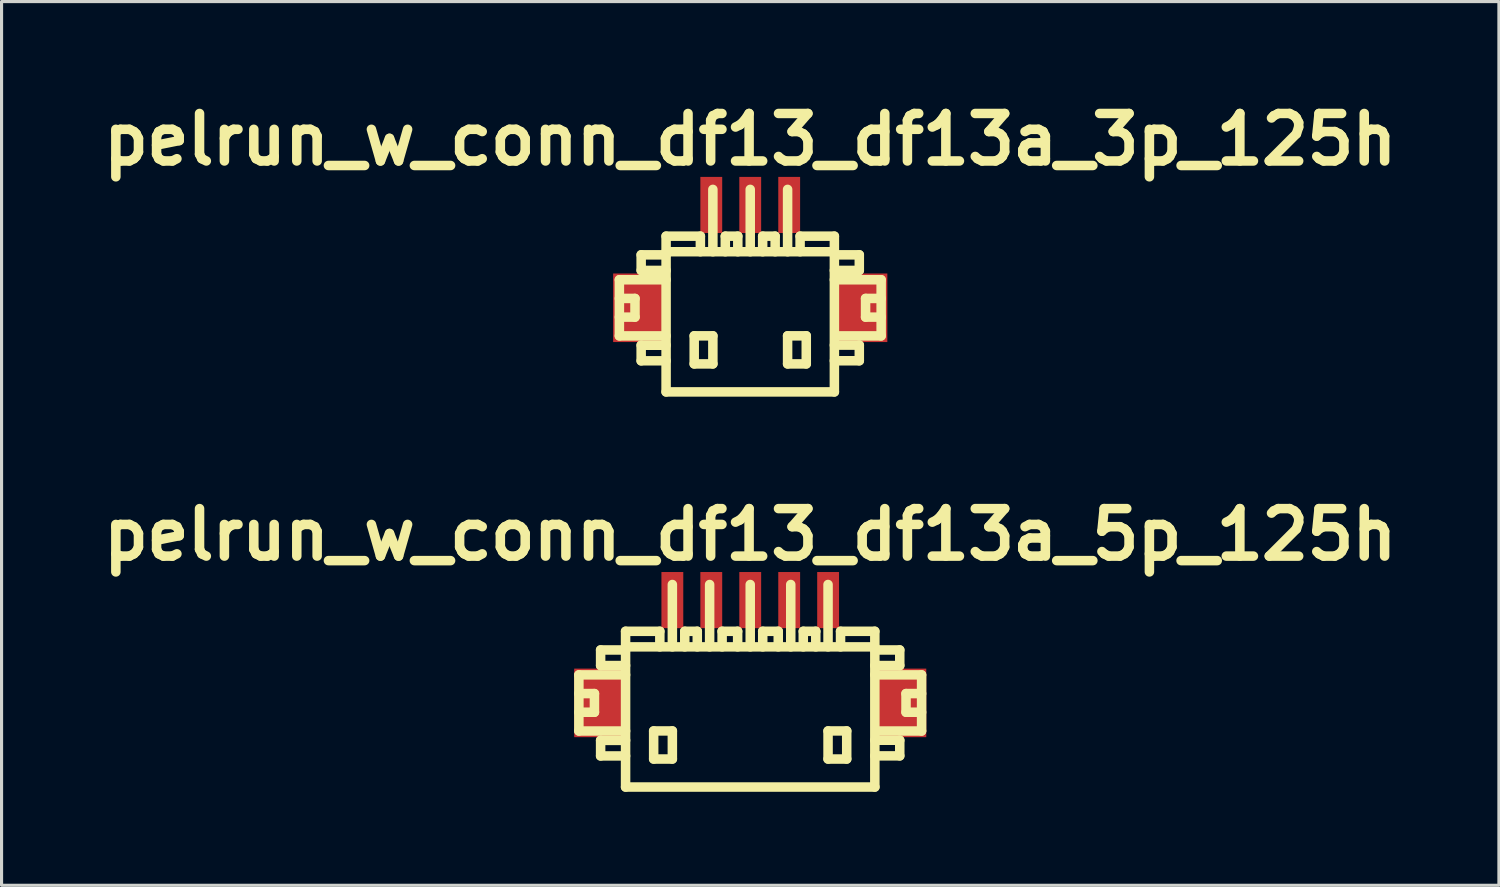
<source format=kicad_pcb>
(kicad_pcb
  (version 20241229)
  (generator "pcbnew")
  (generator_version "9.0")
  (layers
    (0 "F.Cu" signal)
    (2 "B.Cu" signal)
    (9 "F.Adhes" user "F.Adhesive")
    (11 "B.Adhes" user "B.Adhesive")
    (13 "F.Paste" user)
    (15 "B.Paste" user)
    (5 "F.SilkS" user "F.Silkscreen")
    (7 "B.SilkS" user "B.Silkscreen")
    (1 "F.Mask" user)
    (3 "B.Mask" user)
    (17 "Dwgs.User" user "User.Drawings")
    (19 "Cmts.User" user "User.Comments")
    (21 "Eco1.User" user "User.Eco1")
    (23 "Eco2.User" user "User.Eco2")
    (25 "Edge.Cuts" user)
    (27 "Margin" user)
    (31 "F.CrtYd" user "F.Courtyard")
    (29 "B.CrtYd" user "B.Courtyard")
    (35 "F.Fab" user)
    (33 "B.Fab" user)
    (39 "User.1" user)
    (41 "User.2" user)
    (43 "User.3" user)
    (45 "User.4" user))
  (footprint "pelrun_w_conn_df13_df13a_5p_125h"
    (layer "F.Cu")
    (at 21.024 19.706)
    (property "Reference" "pelrun_w_conn_df13_df13a_5p_125h" (at 0 -5.601 0) (layer "F.SilkS") (effects (font (size 1.524 1.524) (thickness 0.305))))
    (attr through_hole)
    (fp_line (start -5.499 -1.1) (end -5.499 0.701) (stroke (width 0.305) (type solid)) (layer "F.SilkS"))
    (fp_line (start -5.499 0.701) (end -4 0.701) (stroke (width 0.305) (type solid)) (layer "F.SilkS"))
    (fp_line (start -4.999 -0.5) (end -5.499 -0.5) (stroke (width 0.305) (type solid)) (layer "F.SilkS"))
    (fp_line (start -4.999 0.099) (end -5.499 0.099) (stroke (width 0.305) (type solid)) (layer "F.SilkS"))
    (fp_line (start -4.999 0.099) (end -4.999 -0.5) (stroke (width 0.305) (type solid)) (layer "F.SilkS"))
    (fp_line (start -4.801 -1.9) (end -4.801 -1.4) (stroke (width 0.305) (type solid)) (layer "F.SilkS"))
    (fp_line (start -4.801 -1.9) (end -4 -1.9) (stroke (width 0.305) (type solid)) (layer "F.SilkS"))
    (fp_line (start -4.801 1.001) (end -4.801 1.501) (stroke (width 0.305) (type solid)) (layer "F.SilkS"))
    (fp_line (start -4.801 1.501) (end -4 1.501) (stroke (width 0.305) (type solid)) (layer "F.SilkS"))
    (fp_line (start -4 -1.4) (end -4.801 -1.4) (stroke (width 0.305) (type solid)) (layer "F.SilkS"))
    (fp_line (start -4 -1.1) (end -5.499 -1.1) (stroke (width 0.305) (type solid)) (layer "F.SilkS"))
    (fp_line (start -4 1.001) (end -4.801 1.001) (stroke (width 0.305) (type solid)) (layer "F.SilkS"))
    (fp_line (start -4 2.499) (end -4 -2.499) (stroke (width 0.305) (type solid)) (layer "F.SilkS"))
    (fp_line (start -4 2.499) (end 4 2.499) (stroke (width 0.305) (type solid)) (layer "F.SilkS"))
    (fp_line (start -3.099 0.699) (end -3.099 1.6) (stroke (width 0.305) (type solid)) (layer "F.SilkS"))
    (fp_line (start -3.099 1.6) (end -2.499 1.6) (stroke (width 0.305) (type solid)) (layer "F.SilkS"))
    (fp_line (start -2.901 -2.499) (end -4 -2.499) (stroke (width 0.305) (type solid)) (layer "F.SilkS"))
    (fp_line (start -2.901 -2.499) (end -2.901 -1.999) (stroke (width 0.305) (type solid)) (layer "F.SilkS"))
    (fp_line (start -2.499 -4) (end -2.499 -1.999) (stroke (width 0.305) (type solid)) (layer "F.SilkS"))
    (fp_line (start -2.499 0.699) (end -3.099 0.699) (stroke (width 0.305) (type solid)) (layer "F.SilkS"))
    (fp_line (start -2.499 1.6) (end -2.499 0.699) (stroke (width 0.305) (type solid)) (layer "F.SilkS"))
    (fp_line (start -2.101 -2.499) (end -2.101 -1.999) (stroke (width 0.305) (type solid)) (layer "F.SilkS"))
    (fp_line (start -1.699 -2.499) (end -2.101 -2.499) (stroke (width 0.305) (type solid)) (layer "F.SilkS"))
    (fp_line (start -1.699 -2.499) (end -1.699 -1.999) (stroke (width 0.305) (type solid)) (layer "F.SilkS"))
    (fp_line (start -1.303 -1.999) (end -1.303 -4) (stroke (width 0.305) (type solid)) (layer "F.SilkS"))
    (fp_line (start -0.904 -2.499) (end -0.404 -2.499) (stroke (width 0.305) (type solid)) (layer "F.SilkS"))
    (fp_line (start -0.902 -1.999) (end -0.902 -2.499) (stroke (width 0.305) (type solid)) (layer "F.SilkS"))
    (fp_line (start -0.404 -2.499) (end -0.404 -1.999) (stroke (width 0.305) (type solid)) (layer "F.SilkS"))
    (fp_line (start 0 -1.999) (end 0 -4) (stroke (width 0.305) (type solid)) (layer "F.SilkS"))
    (fp_line (start 0.399 -2.499) (end 0.899 -2.499) (stroke (width 0.305) (type solid)) (layer "F.SilkS"))
    (fp_line (start 0.401 -1.999) (end 0.401 -2.499) (stroke (width 0.305) (type solid)) (layer "F.SilkS"))
    (fp_line (start 0.899 -2.499) (end 0.899 -1.999) (stroke (width 0.305) (type solid)) (layer "F.SilkS"))
    (fp_line (start 1.3 -1.999) (end 1.3 -4) (stroke (width 0.305) (type solid)) (layer "F.SilkS"))
    (fp_line (start 1.702 -2.499) (end 1.702 -1.999) (stroke (width 0.305) (type solid)) (layer "F.SilkS"))
    (fp_line (start 2.103 -2.499) (end 1.702 -2.499) (stroke (width 0.305) (type solid)) (layer "F.SilkS"))
    (fp_line (start 2.103 -2.499) (end 2.103 -1.999) (stroke (width 0.305) (type solid)) (layer "F.SilkS"))
    (fp_line (start 2.497 -1.999) (end 2.497 -4) (stroke (width 0.305) (type solid)) (layer "F.SilkS"))
    (fp_line (start 2.497 0.699) (end 3.096 0.699) (stroke (width 0.305) (type solid)) (layer "F.SilkS"))
    (fp_line (start 2.497 1.6) (end 2.497 0.699) (stroke (width 0.305) (type solid)) (layer "F.SilkS"))
    (fp_line (start 2.898 -2.499) (end 2.898 -1.999) (stroke (width 0.305) (type solid)) (layer "F.SilkS"))
    (fp_line (start 3.096 0.699) (end 3.096 1.6) (stroke (width 0.305) (type solid)) (layer "F.SilkS"))
    (fp_line (start 3.096 1.6) (end 2.497 1.6) (stroke (width 0.305) (type solid)) (layer "F.SilkS"))
    (fp_line (start 3.998 -2.499) (end 2.898 -2.499) (stroke (width 0.305) (type solid)) (layer "F.SilkS"))
    (fp_line (start 3.998 -2.499) (end 3.998 2.499) (stroke (width 0.305) (type solid)) (layer "F.SilkS"))
    (fp_line (start 3.998 -1.9) (end 4.798 -1.9) (stroke (width 0.305) (type solid)) (layer "F.SilkS"))
    (fp_line (start 3.998 0.998) (end 4.798 0.998) (stroke (width 0.305) (type solid)) (layer "F.SilkS"))
    (fp_line (start 4 -1.999) (end -4 -1.999) (stroke (width 0.305) (type solid)) (layer "F.SilkS"))
    (fp_line (start 4.798 -1.9) (end 4.798 -1.4) (stroke (width 0.305) (type solid)) (layer "F.SilkS"))
    (fp_line (start 4.798 -1.4) (end 3.998 -1.4) (stroke (width 0.305) (type solid)) (layer "F.SilkS"))
    (fp_line (start 4.798 0.998) (end 4.798 1.499) (stroke (width 0.305) (type solid)) (layer "F.SilkS"))
    (fp_line (start 4.798 1.499) (end 3.998 1.499) (stroke (width 0.305) (type solid)) (layer "F.SilkS"))
    (fp_line (start 4.999 0.099) (end 4.999 -0.5) (stroke (width 0.305) (type solid)) (layer "F.SilkS"))
    (fp_line (start 5.497 -1.1) (end 3.998 -1.1) (stroke (width 0.305) (type solid)) (layer "F.SilkS"))
    (fp_line (start 5.497 0.701) (end 4.097 0.701) (stroke (width 0.305) (type solid)) (layer "F.SilkS"))
    (fp_line (start 5.499 -1.1) (end 5.499 0.701) (stroke (width 0.305) (type solid)) (layer "F.SilkS"))
    (fp_line (start 5.499 -0.5) (end 4.999 -0.5) (stroke (width 0.305) (type solid)) (layer "F.SilkS"))
    (fp_line (start 5.499 0.099) (end 4.999 0.099) (stroke (width 0.305) (type solid)) (layer "F.SilkS"))
    (pad "" smd rect (at -4.849 -0.201) (size 1.6 2.2) (layers "F.Cu" "F.Mask" "F.Paste"))
    (pad "" smd rect (at 4.849 -0.201) (size 1.6 2.2) (layers "F.Cu" "F.Mask" "F.Paste"))
    (pad "1" smd rect (at 2.499 -3.5) (size 0.701 1.801) (layers "F.Cu" "F.Mask" "F.Paste"))
    (pad "2" smd rect (at 1.25 -3.5) (size 0.701 1.801) (layers "F.Cu" "F.Mask" "F.Paste"))
    (pad "3" smd rect (at 0 -3.5) (size 0.701 1.801) (layers "F.Cu" "F.Mask" "F.Paste"))
    (pad "4" smd rect (at -1.25 -3.5) (size 0.701 1.801) (layers "F.Cu" "F.Mask" "F.Paste"))
    (pad "5" smd rect (at -2.499 -3.5) (size 0.701 1.801) (layers "F.Cu" "F.Mask" "F.Paste")))
  (footprint "pelrun_w_conn_df13_df13a_3p_125h"
    (layer "F.Cu")
    (at 21.024 7.027)
    (property "Reference" "pelrun_w_conn_df13_df13a_3p_125h" (at 0 -5.601 0) (layer "F.SilkS") (effects (font (size 1.524 1.524) (thickness 0.305))))
    (attr through_hole)
    (fp_line (start -4.199 -1.1) (end -4.199 0.701) (stroke (width 0.305) (type solid)) (layer "F.SilkS"))
    (fp_line (start -4.199 0.701) (end -2.7 0.701) (stroke (width 0.305) (type solid)) (layer "F.SilkS"))
    (fp_line (start -3.698 -0.5) (end -4.199 -0.5) (stroke (width 0.305) (type solid)) (layer "F.SilkS"))
    (fp_line (start -3.698 0.099) (end -4.199 0.099) (stroke (width 0.305) (type solid)) (layer "F.SilkS"))
    (fp_line (start -3.698 0.099) (end -3.698 -0.5) (stroke (width 0.305) (type solid)) (layer "F.SilkS"))
    (fp_line (start -3.5 -1.9) (end -3.5 -1.4) (stroke (width 0.305) (type solid)) (layer "F.SilkS"))
    (fp_line (start -3.5 -1.9) (end -2.7 -1.9) (stroke (width 0.305) (type solid)) (layer "F.SilkS"))
    (fp_line (start -3.5 1.001) (end -3.5 1.501) (stroke (width 0.305) (type solid)) (layer "F.SilkS"))
    (fp_line (start -3.5 1.501) (end -2.7 1.501) (stroke (width 0.305) (type solid)) (layer "F.SilkS"))
    (fp_line (start -2.7 -1.999) (end 2.7 -1.999) (stroke (width 0.305) (type solid)) (layer "F.SilkS"))
    (fp_line (start -2.7 -1.4) (end -3.5 -1.4) (stroke (width 0.305) (type solid)) (layer "F.SilkS"))
    (fp_line (start -2.7 -1.1) (end -4.199 -1.1) (stroke (width 0.305) (type solid)) (layer "F.SilkS"))
    (fp_line (start -2.7 1.001) (end -3.5 1.001) (stroke (width 0.305) (type solid)) (layer "F.SilkS"))
    (fp_line (start -2.7 2.499) (end -2.7 -2.499) (stroke (width 0.305) (type solid)) (layer "F.SilkS"))
    (fp_line (start -2.7 2.499) (end 2.7 2.499) (stroke (width 0.305) (type solid)) (layer "F.SilkS"))
    (fp_line (start -1.798 0.699) (end -1.798 1.6) (stroke (width 0.305) (type solid)) (layer "F.SilkS"))
    (fp_line (start -1.798 1.6) (end -1.199 1.6) (stroke (width 0.305) (type solid)) (layer "F.SilkS"))
    (fp_line (start -1.6 -2.499) (end -2.7 -2.499) (stroke (width 0.305) (type solid)) (layer "F.SilkS"))
    (fp_line (start -1.6 -2.499) (end -1.6 -1.999) (stroke (width 0.305) (type solid)) (layer "F.SilkS"))
    (fp_line (start -1.199 -4) (end -1.199 -1.999) (stroke (width 0.305) (type solid)) (layer "F.SilkS"))
    (fp_line (start -1.199 0.699) (end -1.798 0.699) (stroke (width 0.305) (type solid)) (layer "F.SilkS"))
    (fp_line (start -1.199 1.6) (end -1.199 0.699) (stroke (width 0.305) (type solid)) (layer "F.SilkS"))
    (fp_line (start -0.8 -2.499) (end -0.399 -2.499) (stroke (width 0.305) (type solid)) (layer "F.SilkS"))
    (fp_line (start -0.8 -1.999) (end -0.8 -2.499) (stroke (width 0.305) (type solid)) (layer "F.SilkS"))
    (fp_line (start -0.399 -2.499) (end -0.399 -1.999) (stroke (width 0.305) (type solid)) (layer "F.SilkS"))
    (fp_line (start 0 -1.999) (end 0 -4) (stroke (width 0.305) (type solid)) (layer "F.SilkS"))
    (fp_line (start 0.399 -2.499) (end 0.399 -1.999) (stroke (width 0.305) (type solid)) (layer "F.SilkS"))
    (fp_line (start 0.8 -2.499) (end 0.399 -2.499) (stroke (width 0.305) (type solid)) (layer "F.SilkS"))
    (fp_line (start 0.8 -2.499) (end 0.8 -1.999) (stroke (width 0.305) (type solid)) (layer "F.SilkS"))
    (fp_line (start 1.199 -1.999) (end 1.199 -4) (stroke (width 0.305) (type solid)) (layer "F.SilkS"))
    (fp_line (start 1.199 0.699) (end 1.798 0.699) (stroke (width 0.305) (type solid)) (layer "F.SilkS"))
    (fp_line (start 1.199 1.6) (end 1.199 0.699) (stroke (width 0.305) (type solid)) (layer "F.SilkS"))
    (fp_line (start 1.6 -2.499) (end 1.6 -1.999) (stroke (width 0.305) (type solid)) (layer "F.SilkS"))
    (fp_line (start 1.798 0.699) (end 1.798 1.6) (stroke (width 0.305) (type solid)) (layer "F.SilkS"))
    (fp_line (start 1.798 1.6) (end 1.199 1.6) (stroke (width 0.305) (type solid)) (layer "F.SilkS"))
    (fp_line (start 2.7 -2.499) (end 1.6 -2.499) (stroke (width 0.305) (type solid)) (layer "F.SilkS"))
    (fp_line (start 2.7 -2.499) (end 2.7 2.499) (stroke (width 0.305) (type solid)) (layer "F.SilkS"))
    (fp_line (start 2.7 -1.9) (end 3.5 -1.9) (stroke (width 0.305) (type solid)) (layer "F.SilkS"))
    (fp_line (start 2.7 0.998) (end 3.5 0.998) (stroke (width 0.305) (type solid)) (layer "F.SilkS"))
    (fp_line (start 3.5 -1.9) (end 3.5 -1.4) (stroke (width 0.305) (type solid)) (layer "F.SilkS"))
    (fp_line (start 3.5 -1.4) (end 2.7 -1.4) (stroke (width 0.305) (type solid)) (layer "F.SilkS"))
    (fp_line (start 3.5 0.998) (end 3.5 1.499) (stroke (width 0.305) (type solid)) (layer "F.SilkS"))
    (fp_line (start 3.5 1.499) (end 2.7 1.499) (stroke (width 0.305) (type solid)) (layer "F.SilkS"))
    (fp_line (start 3.701 0.099) (end 3.701 -0.5) (stroke (width 0.305) (type solid)) (layer "F.SilkS"))
    (fp_line (start 4.199 -1.1) (end 2.7 -1.1) (stroke (width 0.305) (type solid)) (layer "F.SilkS"))
    (fp_line (start 4.199 0.701) (end 2.799 0.701) (stroke (width 0.305) (type solid)) (layer "F.SilkS"))
    (fp_line (start 4.201 -1.1) (end 4.201 0.701) (stroke (width 0.305) (type solid)) (layer "F.SilkS"))
    (fp_line (start 4.201 -0.5) (end 3.701 -0.5) (stroke (width 0.305) (type solid)) (layer "F.SilkS"))
    (fp_line (start 4.201 0.099) (end 3.701 0.099) (stroke (width 0.305) (type solid)) (layer "F.SilkS"))
    (pad "" smd rect (at -3.599 -0.201) (size 1.6 2.2) (layers "F.Cu" "F.Mask" "F.Paste"))
    (pad "" smd rect (at 3.599 -0.201) (size 1.6 2.2) (layers "F.Cu" "F.Mask" "F.Paste"))
    (pad "1" smd rect (at 1.25 -3.5) (size 0.701 1.801) (layers "F.Cu" "F.Mask" "F.Paste"))
    (pad "2" smd rect (at 0 -3.5) (size 0.701 1.801) (layers "F.Cu" "F.Mask" "F.Paste"))
    (pad "3" smd rect (at -1.25 -3.5) (size 0.701 1.801) (layers "F.Cu" "F.Mask" "F.Paste")))
  (gr_rect
    (start -3 -3)
    (end 45.048 25.358)
    (stroke (width 0.1) (type default))
    (fill no)
    (layer "Edge.Cuts")))
</source>
